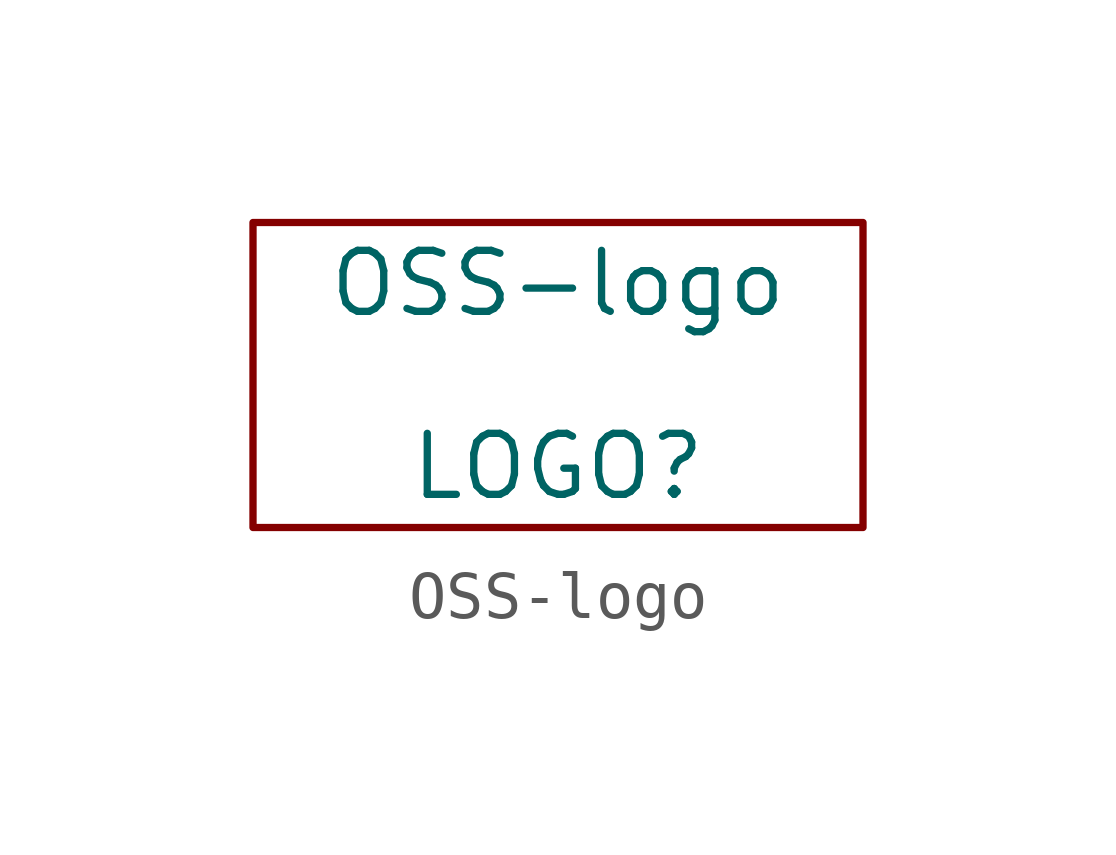
<source format=kicad_sym>
(kicad_symbol_lib
  (version 20220914)
  (generator kicad_symbol_editor)
  (symbol "OSS-logo"
    (pin_names
      (offset 1.016))
    (property "Reference" "LOGO"
      (at 0 -1.27 0)
      (effects (font (size 1.27 1.27))))
    (property "Value" "OSS-logo"
      (at 0 2.54 0)
      (effects (font (size 1.27 1.27))))
    (symbol "OSS-logo_0_1"
      (rectangle (start -6.35 3.81) (end 6.35 -2.54) (stroke (width 0) (type solid)) (fill (type none))))))
</source>
